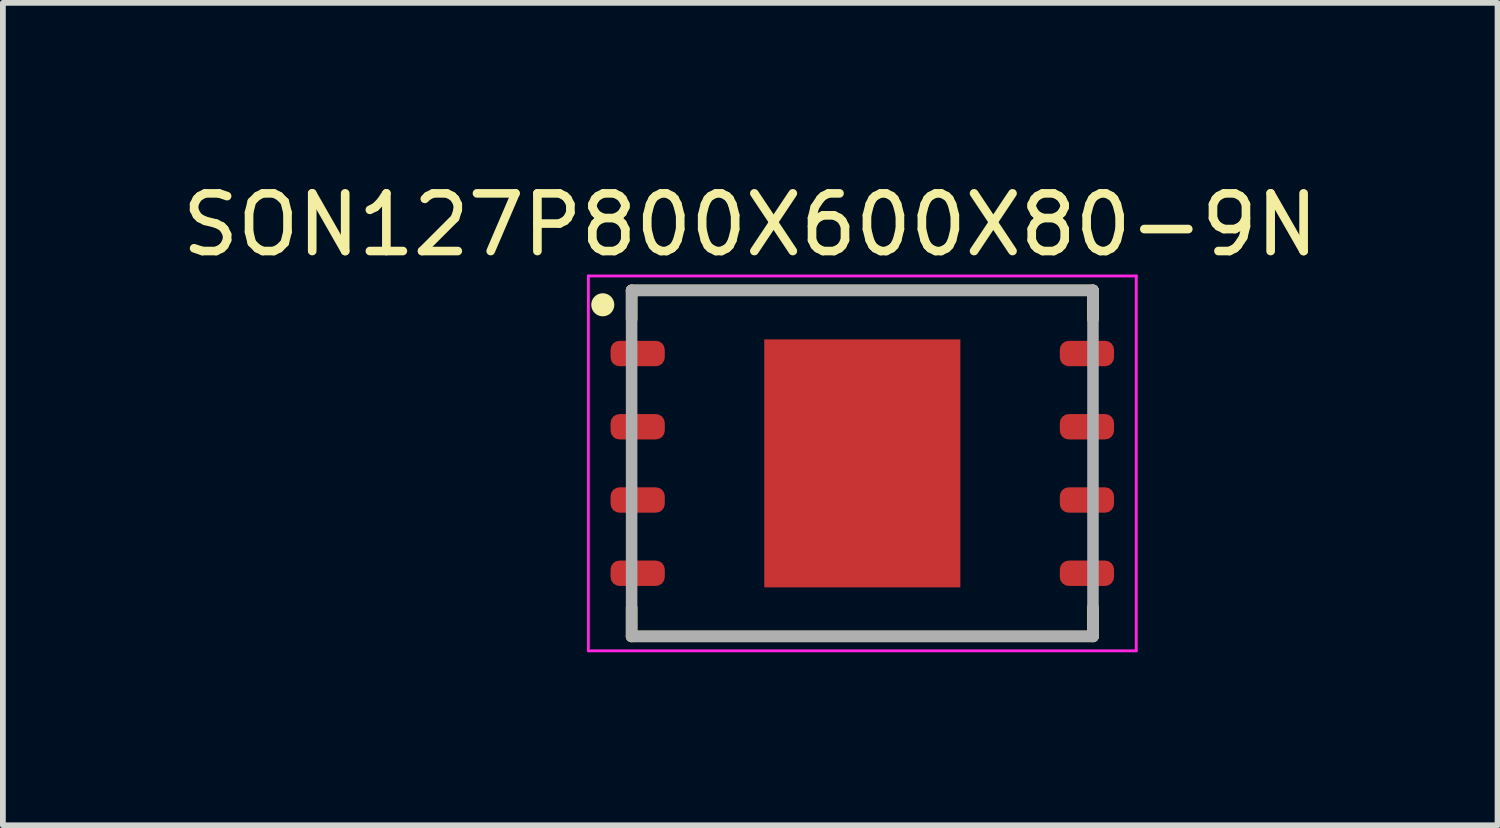
<source format=kicad_pcb>
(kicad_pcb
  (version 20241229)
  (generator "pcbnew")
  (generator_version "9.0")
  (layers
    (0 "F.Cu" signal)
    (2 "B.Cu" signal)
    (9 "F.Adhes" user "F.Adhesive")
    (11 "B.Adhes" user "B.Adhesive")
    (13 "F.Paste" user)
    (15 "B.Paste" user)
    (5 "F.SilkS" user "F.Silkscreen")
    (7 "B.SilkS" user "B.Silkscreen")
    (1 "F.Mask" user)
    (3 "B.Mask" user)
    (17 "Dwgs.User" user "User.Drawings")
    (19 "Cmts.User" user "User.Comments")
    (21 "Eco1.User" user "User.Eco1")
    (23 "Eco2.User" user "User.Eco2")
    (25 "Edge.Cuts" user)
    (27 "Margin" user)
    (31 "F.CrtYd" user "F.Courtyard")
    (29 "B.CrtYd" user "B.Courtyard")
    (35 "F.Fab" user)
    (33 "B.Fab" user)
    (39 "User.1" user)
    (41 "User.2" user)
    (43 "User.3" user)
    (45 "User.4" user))
  (footprint "SON127P800X600X80-9N"
    (layer "F.Cu")
    (at 11.902 4.985)
    (property "Reference" "SON127P800X600X80-9N" (at -1.943 -4.137 0) (layer "F.SilkS") (effects (font (size 1 1) (thickness 0.15))))
    (attr smd)
    (fp_line (start -4 -3) (end 4 -3) (stroke (width 0.2) (type solid)) (layer "F.SilkS"))
    (fp_line (start -4 -2.5) (end -4 -3) (stroke (width 0.2) (type solid)) (layer "F.SilkS"))
    (fp_line (start -4 2.5) (end -4 3) (stroke (width 0.2) (type solid)) (layer "F.SilkS"))
    (fp_line (start -4 3) (end 4 3) (stroke (width 0.2) (type solid)) (layer "F.SilkS"))
    (fp_line (start 4 -3) (end 4 -2.5) (stroke (width 0.2) (type solid)) (layer "F.SilkS"))
    (fp_line (start 4 3) (end 4 2.5) (stroke (width 0.2) (type solid)) (layer "F.SilkS"))
    (fp_circle (center -4.5 -2.75) (end -4.4 -2.75) (stroke (width 0.2) (type solid)) (fill no) (layer "F.SilkS"))
    (fp_poly (pts (xy -1.56 -1.56) (xy 0.04 -1.56) (xy 0.04 -0.41) (xy -1.56 -0.41)) (stroke (width 0.01) (type solid)) (fill yes) (layer "F.Paste"))
    (fp_poly (pts (xy -1.56 0.41) (xy 0.04 0.41) (xy 0.04 1.56) (xy -1.56 1.56)) (stroke (width 0.01) (type solid)) (fill yes) (layer "F.Paste"))
    (fp_poly (pts (xy -0.04 -1.56) (xy 1.56 -1.56) (xy 1.56 -0.41) (xy -0.04 -0.41)) (stroke (width 0.01) (type solid)) (fill yes) (layer "F.Paste"))
    (fp_poly (pts (xy -0.04 0.41) (xy 1.56 0.41) (xy 1.56 1.56) (xy -0.04 1.56)) (stroke (width 0.01) (type solid)) (fill yes) (layer "F.Paste"))
    (fp_line (start -4.75 -3.25) (end 4.75 -3.25) (stroke (width 0.05) (type solid)) (layer "F.CrtYd"))
    (fp_line (start -4.75 3.25) (end -4.75 -3.25) (stroke (width 0.05) (type solid)) (layer "F.CrtYd"))
    (fp_line (start 4.75 -3.25) (end 4.75 3.25) (stroke (width 0.05) (type solid)) (layer "F.CrtYd"))
    (fp_line (start 4.75 3.25) (end -4.75 3.25) (stroke (width 0.05) (type solid)) (layer "F.CrtYd"))
    (fp_line (start -4 -3) (end 4 -3) (stroke (width 0.2) (type solid)) (layer "F.Fab"))
    (fp_line (start -4 3) (end -4 -3) (stroke (width 0.2) (type solid)) (layer "F.Fab"))
    (fp_line (start 4 -3) (end 4 3) (stroke (width 0.2) (type solid)) (layer "F.Fab"))
    (fp_line (start 4 3) (end -4 3) (stroke (width 0.2) (type solid)) (layer "F.Fab"))
    (pad "1" smd roundrect (at -3.895 -1.905) (size 0.94 0.44) (layers "F.Cu" "F.Mask" "F.Paste") (roundrect_rratio 0.35))
    (pad "2" smd roundrect (at -3.895 -0.635) (size 0.94 0.44) (layers "F.Cu" "F.Mask" "F.Paste") (roundrect_rratio 0.35))
    (pad "3" smd roundrect (at -3.895 0.635) (size 0.94 0.44) (layers "F.Cu" "F.Mask" "F.Paste") (roundrect_rratio 0.35))
    (pad "4" smd roundrect (at -3.895 1.905) (size 0.94 0.44) (layers "F.Cu" "F.Mask" "F.Paste") (roundrect_rratio 0.35))
    (pad "5" smd roundrect (at 3.895 1.905) (size 0.94 0.44) (layers "F.Cu" "F.Mask" "F.Paste") (roundrect_rratio 0.35))
    (pad "6" smd roundrect (at 3.895 0.635) (size 0.94 0.44) (layers "F.Cu" "F.Mask" "F.Paste") (roundrect_rratio 0.35))
    (pad "7" smd roundrect (at 3.895 -0.635) (size 0.94 0.44) (layers "F.Cu" "F.Mask" "F.Paste") (roundrect_rratio 0.35))
    (pad "8" smd roundrect (at 3.895 -1.905) (size 0.94 0.44) (layers "F.Cu" "F.Mask" "F.Paste") (roundrect_rratio 0.35))
    (pad "9" smd rect (at 0 0) (size 3.4 4.3) (layers "F.Cu" "F.Mask")))
  (gr_rect
    (start -3 -3)
    (end 22.917 11.26)
    (stroke (width 0.1) (type default))
    (fill no)
    (layer "Edge.Cuts")))
</source>
